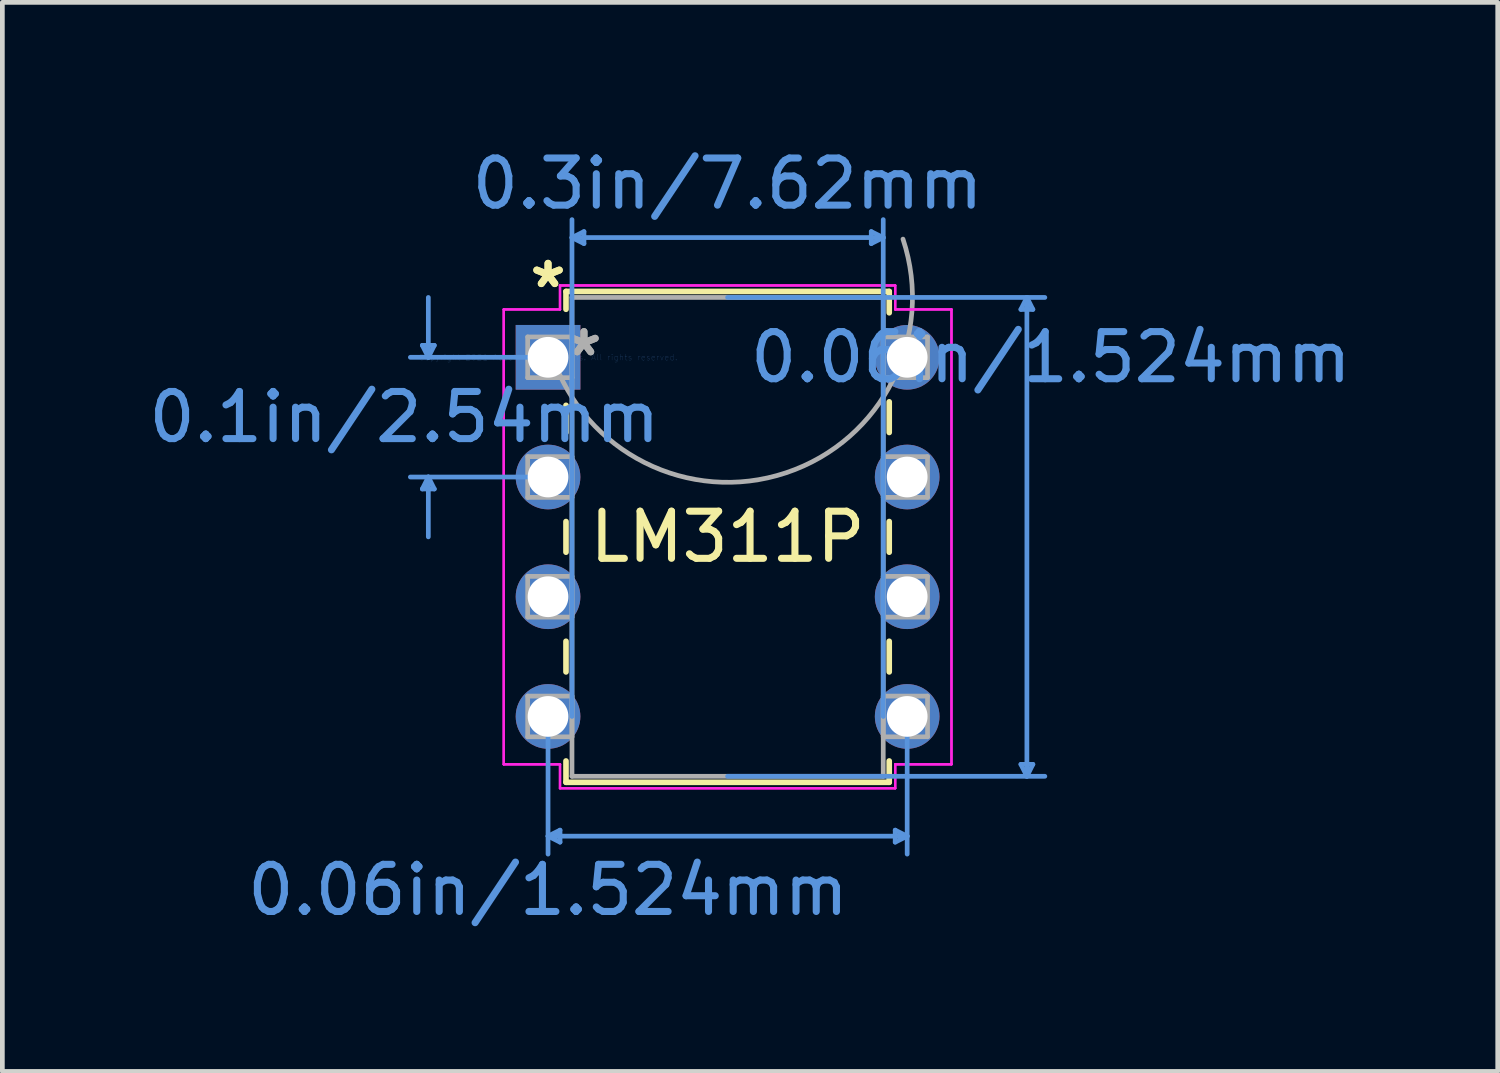
<source format=kicad_pcb>
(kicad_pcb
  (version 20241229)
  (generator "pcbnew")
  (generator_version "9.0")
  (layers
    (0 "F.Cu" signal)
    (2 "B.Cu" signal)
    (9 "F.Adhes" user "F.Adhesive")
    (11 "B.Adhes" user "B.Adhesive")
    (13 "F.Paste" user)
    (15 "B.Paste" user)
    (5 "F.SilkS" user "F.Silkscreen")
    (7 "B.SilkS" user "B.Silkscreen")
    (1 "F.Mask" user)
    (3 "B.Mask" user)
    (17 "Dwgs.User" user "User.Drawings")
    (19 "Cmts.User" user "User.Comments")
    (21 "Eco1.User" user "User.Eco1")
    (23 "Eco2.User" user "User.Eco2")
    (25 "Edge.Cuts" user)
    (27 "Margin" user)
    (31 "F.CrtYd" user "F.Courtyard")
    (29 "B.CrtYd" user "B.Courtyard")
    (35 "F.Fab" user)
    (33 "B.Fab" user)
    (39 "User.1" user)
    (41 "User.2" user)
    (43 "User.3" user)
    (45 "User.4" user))
  (footprint "LM311P"
    (layer "F.Cu")
    (at 8.578 4.531)
    (property "Reference" "LM311P" (at 3.81 3.81 0) (layer "F.SilkS") (effects (font (size 1 1) (thickness 0.15))))
    (attr through_hole)
    (fp_line (start 0.381 -1.397) (end 0.381 -1.019) (stroke (width 0.12) (type solid)) (layer "F.SilkS"))
    (fp_line (start 0.381 1.019) (end 0.381 1.595) (stroke (width 0.12) (type solid)) (layer "F.SilkS"))
    (fp_line (start 0.381 3.485) (end 0.381 4.135) (stroke (width 0.12) (type solid)) (layer "F.SilkS"))
    (fp_line (start 0.381 6.025) (end 0.381 6.675) (stroke (width 0.12) (type solid)) (layer "F.SilkS"))
    (fp_line (start 0.381 8.565) (end 0.381 9.017) (stroke (width 0.12) (type solid)) (layer "F.SilkS"))
    (fp_line (start 0.381 9.017) (end 7.239 9.017) (stroke (width 0.12) (type solid)) (layer "F.SilkS"))
    (fp_line (start 7.239 -1.397) (end 0.381 -1.397) (stroke (width 0.12) (type solid)) (layer "F.SilkS"))
    (fp_line (start 7.239 -0.945) (end 7.239 -1.397) (stroke (width 0.12) (type solid)) (layer "F.SilkS"))
    (fp_line (start 7.239 1.595) (end 7.239 0.945) (stroke (width 0.12) (type solid)) (layer "F.SilkS"))
    (fp_line (start 7.239 4.135) (end 7.239 3.485) (stroke (width 0.12) (type solid)) (layer "F.SilkS"))
    (fp_line (start 7.239 6.675) (end 7.239 6.025) (stroke (width 0.12) (type solid)) (layer "F.SilkS"))
    (fp_line (start 7.239 9.017) (end 7.239 8.565) (stroke (width 0.12) (type solid)) (layer "F.SilkS"))
    (fp_line (start -2.667 -0.254) (end -2.413 -0.254) (stroke (width 0.1) (type solid)) (layer "Cmts.User"))
    (fp_line (start -2.667 2.794) (end -2.413 2.794) (stroke (width 0.1) (type solid)) (layer "Cmts.User"))
    (fp_line (start -2.54 0) (end -2.667 -0.254) (stroke (width 0.1) (type solid)) (layer "Cmts.User"))
    (fp_line (start -2.54 0) (end -2.54 -1.27) (stroke (width 0.1) (type solid)) (layer "Cmts.User"))
    (fp_line (start -2.54 0) (end -2.413 -0.254) (stroke (width 0.1) (type solid)) (layer "Cmts.User"))
    (fp_line (start -2.54 2.54) (end -2.667 2.794) (stroke (width 0.1) (type solid)) (layer "Cmts.User"))
    (fp_line (start -2.54 2.54) (end -2.54 3.81) (stroke (width 0.1) (type solid)) (layer "Cmts.User"))
    (fp_line (start -2.54 2.54) (end -2.413 2.794) (stroke (width 0.1) (type solid)) (layer "Cmts.User"))
    (fp_line (start 0 0) (end -2.921 0) (stroke (width 0.1) (type solid)) (layer "Cmts.User"))
    (fp_line (start 0 2.54) (end -2.921 2.54) (stroke (width 0.1) (type solid)) (layer "Cmts.User"))
    (fp_line (start 0 7.62) (end 0 10.541) (stroke (width 0.1) (type solid)) (layer "Cmts.User"))
    (fp_line (start 0 10.16) (end 0.254 10.033) (stroke (width 0.1) (type solid)) (layer "Cmts.User"))
    (fp_line (start 0 10.16) (end 0.254 10.287) (stroke (width 0.1) (type solid)) (layer "Cmts.User"))
    (fp_line (start 0 10.16) (end 7.62 10.16) (stroke (width 0.1) (type solid)) (layer "Cmts.User"))
    (fp_line (start 0.254 10.033) (end 0.254 10.287) (stroke (width 0.1) (type solid)) (layer "Cmts.User"))
    (fp_line (start 0.508 -2.54) (end 0.762 -2.667) (stroke (width 0.1) (type solid)) (layer "Cmts.User"))
    (fp_line (start 0.508 -2.54) (end 0.762 -2.413) (stroke (width 0.1) (type solid)) (layer "Cmts.User"))
    (fp_line (start 0.508 -2.54) (end 7.112 -2.54) (stroke (width 0.1) (type solid)) (layer "Cmts.User"))
    (fp_line (start 0.508 7.62) (end 0.508 -2.921) (stroke (width 0.1) (type solid)) (layer "Cmts.User"))
    (fp_line (start 0.762 -2.667) (end 0.762 -2.413) (stroke (width 0.1) (type solid)) (layer "Cmts.User"))
    (fp_line (start 3.81 -1.27) (end 10.541 -1.27) (stroke (width 0.1) (type solid)) (layer "Cmts.User"))
    (fp_line (start 3.81 8.89) (end 10.541 8.89) (stroke (width 0.1) (type solid)) (layer "Cmts.User"))
    (fp_line (start 6.858 -2.667) (end 6.858 -2.413) (stroke (width 0.1) (type solid)) (layer "Cmts.User"))
    (fp_line (start 7.112 -2.54) (end 6.858 -2.667) (stroke (width 0.1) (type solid)) (layer "Cmts.User"))
    (fp_line (start 7.112 -2.54) (end 6.858 -2.413) (stroke (width 0.1) (type solid)) (layer "Cmts.User"))
    (fp_line (start 7.112 7.62) (end 7.112 -2.921) (stroke (width 0.1) (type solid)) (layer "Cmts.User"))
    (fp_line (start 7.366 10.033) (end 7.366 10.287) (stroke (width 0.1) (type solid)) (layer "Cmts.User"))
    (fp_line (start 7.62 7.62) (end 7.62 10.541) (stroke (width 0.1) (type solid)) (layer "Cmts.User"))
    (fp_line (start 7.62 10.16) (end 7.366 10.033) (stroke (width 0.1) (type solid)) (layer "Cmts.User"))
    (fp_line (start 7.62 10.16) (end 7.366 10.287) (stroke (width 0.1) (type solid)) (layer "Cmts.User"))
    (fp_line (start 10.033 -1.016) (end 10.287 -1.016) (stroke (width 0.1) (type solid)) (layer "Cmts.User"))
    (fp_line (start 10.033 8.636) (end 10.287 8.636) (stroke (width 0.1) (type solid)) (layer "Cmts.User"))
    (fp_line (start 10.16 -1.27) (end 10.033 -1.016) (stroke (width 0.1) (type solid)) (layer "Cmts.User"))
    (fp_line (start 10.16 -1.27) (end 10.16 8.89) (stroke (width 0.1) (type solid)) (layer "Cmts.User"))
    (fp_line (start 10.16 -1.27) (end 10.287 -1.016) (stroke (width 0.1) (type solid)) (layer "Cmts.User"))
    (fp_line (start 10.16 8.89) (end 10.033 8.636) (stroke (width 0.1) (type solid)) (layer "Cmts.User"))
    (fp_line (start 10.16 8.89) (end 10.287 8.636) (stroke (width 0.1) (type solid)) (layer "Cmts.User"))
    (fp_line (start -0.94 -1.016) (end -0.94 8.636) (stroke (width 0.05) (type solid)) (layer "F.CrtYd"))
    (fp_line (start -0.94 -1.016) (end 0.254 -1.016) (stroke (width 0.05) (type solid)) (layer "F.CrtYd"))
    (fp_line (start -0.94 8.636) (end -0.94 -1.016) (stroke (width 0.05) (type solid)) (layer "F.CrtYd"))
    (fp_line (start -0.94 8.636) (end 0.254 8.636) (stroke (width 0.05) (type solid)) (layer "F.CrtYd"))
    (fp_line (start 0.254 -1.524) (end 0.254 -1.016) (stroke (width 0.05) (type solid)) (layer "F.CrtYd"))
    (fp_line (start 0.254 -1.524) (end 7.366 -1.524) (stroke (width 0.05) (type solid)) (layer "F.CrtYd"))
    (fp_line (start 0.254 -1.016) (end -0.94 -1.016) (stroke (width 0.05) (type solid)) (layer "F.CrtYd"))
    (fp_line (start 0.254 -1.016) (end 0.254 -1.524) (stroke (width 0.05) (type solid)) (layer "F.CrtYd"))
    (fp_line (start 0.254 8.636) (end -0.94 8.636) (stroke (width 0.05) (type solid)) (layer "F.CrtYd"))
    (fp_line (start 0.254 8.636) (end 0.254 9.144) (stroke (width 0.05) (type solid)) (layer "F.CrtYd"))
    (fp_line (start 0.254 9.144) (end 0.254 8.636) (stroke (width 0.05) (type solid)) (layer "F.CrtYd"))
    (fp_line (start 0.254 9.144) (end 7.366 9.144) (stroke (width 0.05) (type solid)) (layer "F.CrtYd"))
    (fp_line (start 7.366 -1.524) (end 0.254 -1.524) (stroke (width 0.05) (type solid)) (layer "F.CrtYd"))
    (fp_line (start 7.366 -1.524) (end 7.366 -1.016) (stroke (width 0.05) (type solid)) (layer "F.CrtYd"))
    (fp_line (start 7.366 -1.016) (end 7.366 -1.524) (stroke (width 0.05) (type solid)) (layer "F.CrtYd"))
    (fp_line (start 7.366 8.636) (end 7.366 9.144) (stroke (width 0.05) (type solid)) (layer "F.CrtYd"))
    (fp_line (start 7.366 8.636) (end 8.56 8.636) (stroke (width 0.05) (type solid)) (layer "F.CrtYd"))
    (fp_line (start 7.366 9.144) (end 0.254 9.144) (stroke (width 0.05) (type solid)) (layer "F.CrtYd"))
    (fp_line (start 7.366 9.144) (end 7.366 8.636) (stroke (width 0.05) (type solid)) (layer "F.CrtYd"))
    (fp_line (start 8.56 -1.016) (end 7.366 -1.016) (stroke (width 0.05) (type solid)) (layer "F.CrtYd"))
    (fp_line (start 8.56 -1.016) (end 7.366 -1.016) (stroke (width 0.05) (type solid)) (layer "F.CrtYd"))
    (fp_line (start 8.56 -1.016) (end 8.56 8.636) (stroke (width 0.05) (type solid)) (layer "F.CrtYd"))
    (fp_line (start 8.56 8.636) (end 7.366 8.636) (stroke (width 0.05) (type solid)) (layer "F.CrtYd"))
    (fp_line (start 8.56 8.636) (end 8.56 -1.016) (stroke (width 0.05) (type solid)) (layer "F.CrtYd"))
    (fp_line (start -0.432 -0.432) (end -0.432 0.432) (stroke (width 0.1) (type solid)) (layer "F.Fab"))
    (fp_line (start -0.432 0.432) (end 0.508 0.432) (stroke (width 0.1) (type solid)) (layer "F.Fab"))
    (fp_line (start -0.432 2.108) (end -0.432 2.972) (stroke (width 0.1) (type solid)) (layer "F.Fab"))
    (fp_line (start -0.432 2.972) (end 0.508 2.972) (stroke (width 0.1) (type solid)) (layer "F.Fab"))
    (fp_line (start -0.432 4.648) (end -0.432 5.512) (stroke (width 0.1) (type solid)) (layer "F.Fab"))
    (fp_line (start -0.432 5.512) (end 0.508 5.512) (stroke (width 0.1) (type solid)) (layer "F.Fab"))
    (fp_line (start -0.432 7.188) (end -0.432 8.052) (stroke (width 0.1) (type solid)) (layer "F.Fab"))
    (fp_line (start -0.432 8.052) (end 0.508 8.052) (stroke (width 0.1) (type solid)) (layer "F.Fab"))
    (fp_line (start 0.508 -1.27) (end 0.508 8.89) (stroke (width 0.1) (type solid)) (layer "F.Fab"))
    (fp_line (start 0.508 -0.432) (end -0.432 -0.432) (stroke (width 0.1) (type solid)) (layer "F.Fab"))
    (fp_line (start 0.508 0.432) (end 0.508 -0.432) (stroke (width 0.1) (type solid)) (layer "F.Fab"))
    (fp_line (start 0.508 2.108) (end -0.432 2.108) (stroke (width 0.1) (type solid)) (layer "F.Fab"))
    (fp_line (start 0.508 2.972) (end 0.508 2.108) (stroke (width 0.1) (type solid)) (layer "F.Fab"))
    (fp_line (start 0.508 4.648) (end -0.432 4.648) (stroke (width 0.1) (type solid)) (layer "F.Fab"))
    (fp_line (start 0.508 5.512) (end 0.508 4.648) (stroke (width 0.1) (type solid)) (layer "F.Fab"))
    (fp_line (start 0.508 7.188) (end -0.432 7.188) (stroke (width 0.1) (type solid)) (layer "F.Fab"))
    (fp_line (start 0.508 8.052) (end 0.508 7.188) (stroke (width 0.1) (type solid)) (layer "F.Fab"))
    (fp_line (start 0.508 8.89) (end 7.112 8.89) (stroke (width 0.1) (type solid)) (layer "F.Fab"))
    (fp_line (start 7.112 -1.27) (end 0.508 -1.27) (stroke (width 0.1) (type solid)) (layer "F.Fab"))
    (fp_line (start 7.112 -0.432) (end 7.112 0.432) (stroke (width 0.1) (type solid)) (layer "F.Fab"))
    (fp_line (start 7.112 0.432) (end 8.052 0.432) (stroke (width 0.1) (type solid)) (layer "F.Fab"))
    (fp_line (start 7.112 2.108) (end 7.112 2.972) (stroke (width 0.1) (type solid)) (layer "F.Fab"))
    (fp_line (start 7.112 2.972) (end 8.052 2.972) (stroke (width 0.1) (type solid)) (layer "F.Fab"))
    (fp_line (start 7.112 4.648) (end 7.112 5.512) (stroke (width 0.1) (type solid)) (layer "F.Fab"))
    (fp_line (start 7.112 5.512) (end 8.052 5.512) (stroke (width 0.1) (type solid)) (layer "F.Fab"))
    (fp_line (start 7.112 7.188) (end 7.112 8.052) (stroke (width 0.1) (type solid)) (layer "F.Fab"))
    (fp_line (start 7.112 8.052) (end 8.052 8.052) (stroke (width 0.1) (type solid)) (layer "F.Fab"))
    (fp_line (start 7.112 8.89) (end 7.112 -1.27) (stroke (width 0.1) (type solid)) (layer "F.Fab"))
    (fp_line (start 8.052 -0.432) (end 7.112 -0.432) (stroke (width 0.1) (type solid)) (layer "F.Fab"))
    (fp_line (start 8.052 0.432) (end 8.052 -0.432) (stroke (width 0.1) (type solid)) (layer "F.Fab"))
    (fp_line (start 8.052 2.108) (end 7.112 2.108) (stroke (width 0.1) (type solid)) (layer "F.Fab"))
    (fp_line (start 8.052 2.972) (end 8.052 2.108) (stroke (width 0.1) (type solid)) (layer "F.Fab"))
    (fp_line (start 8.052 4.648) (end 7.112 4.648) (stroke (width 0.1) (type solid)) (layer "F.Fab"))
    (fp_line (start 8.052 5.512) (end 8.052 4.648) (stroke (width 0.1) (type solid)) (layer "F.Fab"))
    (fp_line (start 8.052 7.188) (end 7.112 7.188) (stroke (width 0.1) (type solid)) (layer "F.Fab"))
    (fp_line (start 8.052 8.052) (end 8.052 7.188) (stroke (width 0.1) (type solid)) (layer "F.Fab"))
    (fp_arc (start 7.530968 -2.507742) (mid 5.047742 2.450968) (end 0.089032 -0.032258) (stroke (width 0.1) (type solid)) (layer "F.Fab"))
    (fp_text user "*" (at 0 -1.448 0) (layer "F.SilkS") (effects (font (size 1 1) (thickness 0.15))))
    (fp_text user "*" (at 0 -1.448 0) (layer "F.SilkS") (effects (font (size 1 1) (thickness 0.15))))
    (fp_text user "0.06in/1.524mm" (at 10.668 0 0) (layer "Cmts.User") (effects (font (size 1 1) (thickness 0.15))))
    (fp_text user "0.3in/7.62mm" (at 3.81 -3.683 0) (layer "Cmts.User") (effects (font (size 1 1) (thickness 0.15))))
    (fp_text user "0.1in/2.54mm" (at -3.048 1.27 0) (layer "Cmts.User") (effects (font (size 1 1) (thickness 0.15))))
    (fp_text user "0.06in/1.524mm" (at 0 11.303 0) (layer "Cmts.User") (effects (font (size 1 1) (thickness 0.15))))
    (fp_text user "Copyright 2021 Accelerated Designs. All rights reserved." (at 0 0 0) (layer "Cmts.User") (effects (font (size 0.127 0.127) (thickness 0.002))))
    (fp_text user "*" (at 0.762 0 0) (layer "F.Fab") (effects (font (size 1 1) (thickness 0.15))))
    (fp_text user "*" (at 0.762 0 0) (layer "F.Fab") (effects (font (size 1 1) (thickness 0.15))))
    (pad "1" thru_hole rect (at 0 0) (size 1.372 1.372) (drill 0.864) (layers "*.Cu" "*.Mask"))
    (pad "2" thru_hole circle (at 0 2.54) (size 1.372 1.372) (drill 0.864) (layers "*.Cu" "*.Mask"))
    (pad "3" thru_hole circle (at 0 5.08) (size 1.372 1.372) (drill 0.864) (layers "*.Cu" "*.Mask"))
    (pad "4" thru_hole circle (at 0 7.62) (size 1.372 1.372) (drill 0.864) (layers "*.Cu" "*.Mask"))
    (pad "5" thru_hole circle (at 7.62 7.62) (size 1.372 1.372) (drill 0.864) (layers "*.Cu" "*.Mask"))
    (pad "6" thru_hole circle (at 7.62 5.08) (size 1.372 1.372) (drill 0.864) (layers "*.Cu" "*.Mask"))
    (pad "7" thru_hole circle (at 7.62 2.54) (size 1.372 1.372) (drill 0.864) (layers "*.Cu" "*.Mask"))
    (pad "8" thru_hole circle (at 7.62 0) (size 1.372 1.372) (drill 0.864) (layers "*.Cu" "*.Mask")))
  (gr_rect
    (start -3 -3)
    (end 28.728 19.683)
    (stroke (width 0.1) (type default))
    (fill no)
    (layer "Edge.Cuts")))
</source>
